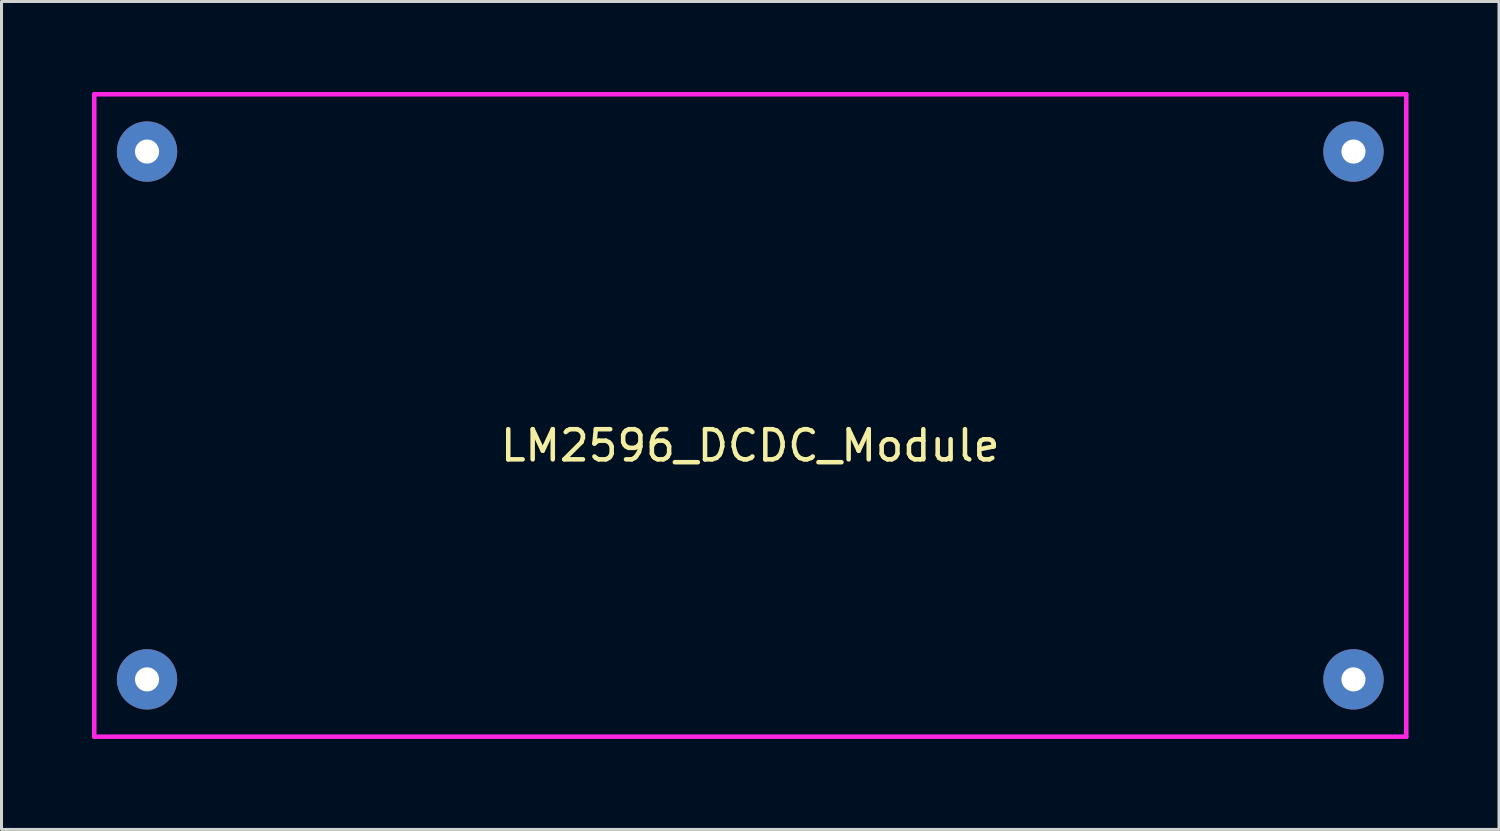
<source format=kicad_pcb>
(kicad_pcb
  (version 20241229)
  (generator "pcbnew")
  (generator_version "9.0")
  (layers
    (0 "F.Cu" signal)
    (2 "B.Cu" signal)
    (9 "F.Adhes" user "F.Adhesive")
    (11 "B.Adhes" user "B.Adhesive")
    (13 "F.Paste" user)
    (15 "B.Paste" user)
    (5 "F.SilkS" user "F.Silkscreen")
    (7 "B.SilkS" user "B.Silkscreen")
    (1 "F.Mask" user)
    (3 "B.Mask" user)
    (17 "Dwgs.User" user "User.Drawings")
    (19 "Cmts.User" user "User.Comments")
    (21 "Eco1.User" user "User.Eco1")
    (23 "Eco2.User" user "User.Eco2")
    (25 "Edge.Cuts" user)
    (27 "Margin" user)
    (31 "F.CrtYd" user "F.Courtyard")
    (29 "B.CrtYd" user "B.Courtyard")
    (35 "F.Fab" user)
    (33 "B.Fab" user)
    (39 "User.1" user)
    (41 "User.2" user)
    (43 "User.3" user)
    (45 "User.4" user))
  (footprint "LM2596_DCDC_Module"
    (layer "F.Cu")
    (at 21.825 10.725)
    (property "Reference" "LM2596_DCDC_Module" (at 0 1 0) (layer "F.SilkS") (effects (font (size 1 1) (thickness 0.15))))
    (attr through_hole)
    (fp_line (start -21.75 -10.65) (end 21.75 -10.65) (stroke (width 0.15) (type solid)) (layer "F.CrtYd"))
    (fp_line (start -21.75 10.65) (end -21.75 -10.65) (stroke (width 0.15) (type solid)) (layer "F.CrtYd"))
    (fp_line (start 21.75 -10.65) (end 21.75 10.65) (stroke (width 0.15) (type solid)) (layer "F.CrtYd"))
    (fp_line (start 21.75 10.65) (end -21.75 10.65) (stroke (width 0.15) (type solid)) (layer "F.CrtYd"))
    (pad "1" thru_hole circle (at -20 -8.75) (size 2 2) (drill 0.8) (layers "*.Cu" "*.Mask"))
    (pad "2" thru_hole circle (at -20 8.75) (size 2 2) (drill 0.8) (layers "*.Cu" "*.Mask"))
    (pad "3" thru_hole circle (at 20 8.75) (size 2 2) (drill 0.8) (layers "*.Cu" "*.Mask"))
    (pad "4" thru_hole circle (at 20 -8.75) (size 2 2) (drill 0.8) (layers "*.Cu" "*.Mask")))
  (gr_rect
    (start -3 -3)
    (end 46.65 24.45)
    (stroke (width 0.1) (type default))
    (fill no)
    (layer "Edge.Cuts")))
</source>
